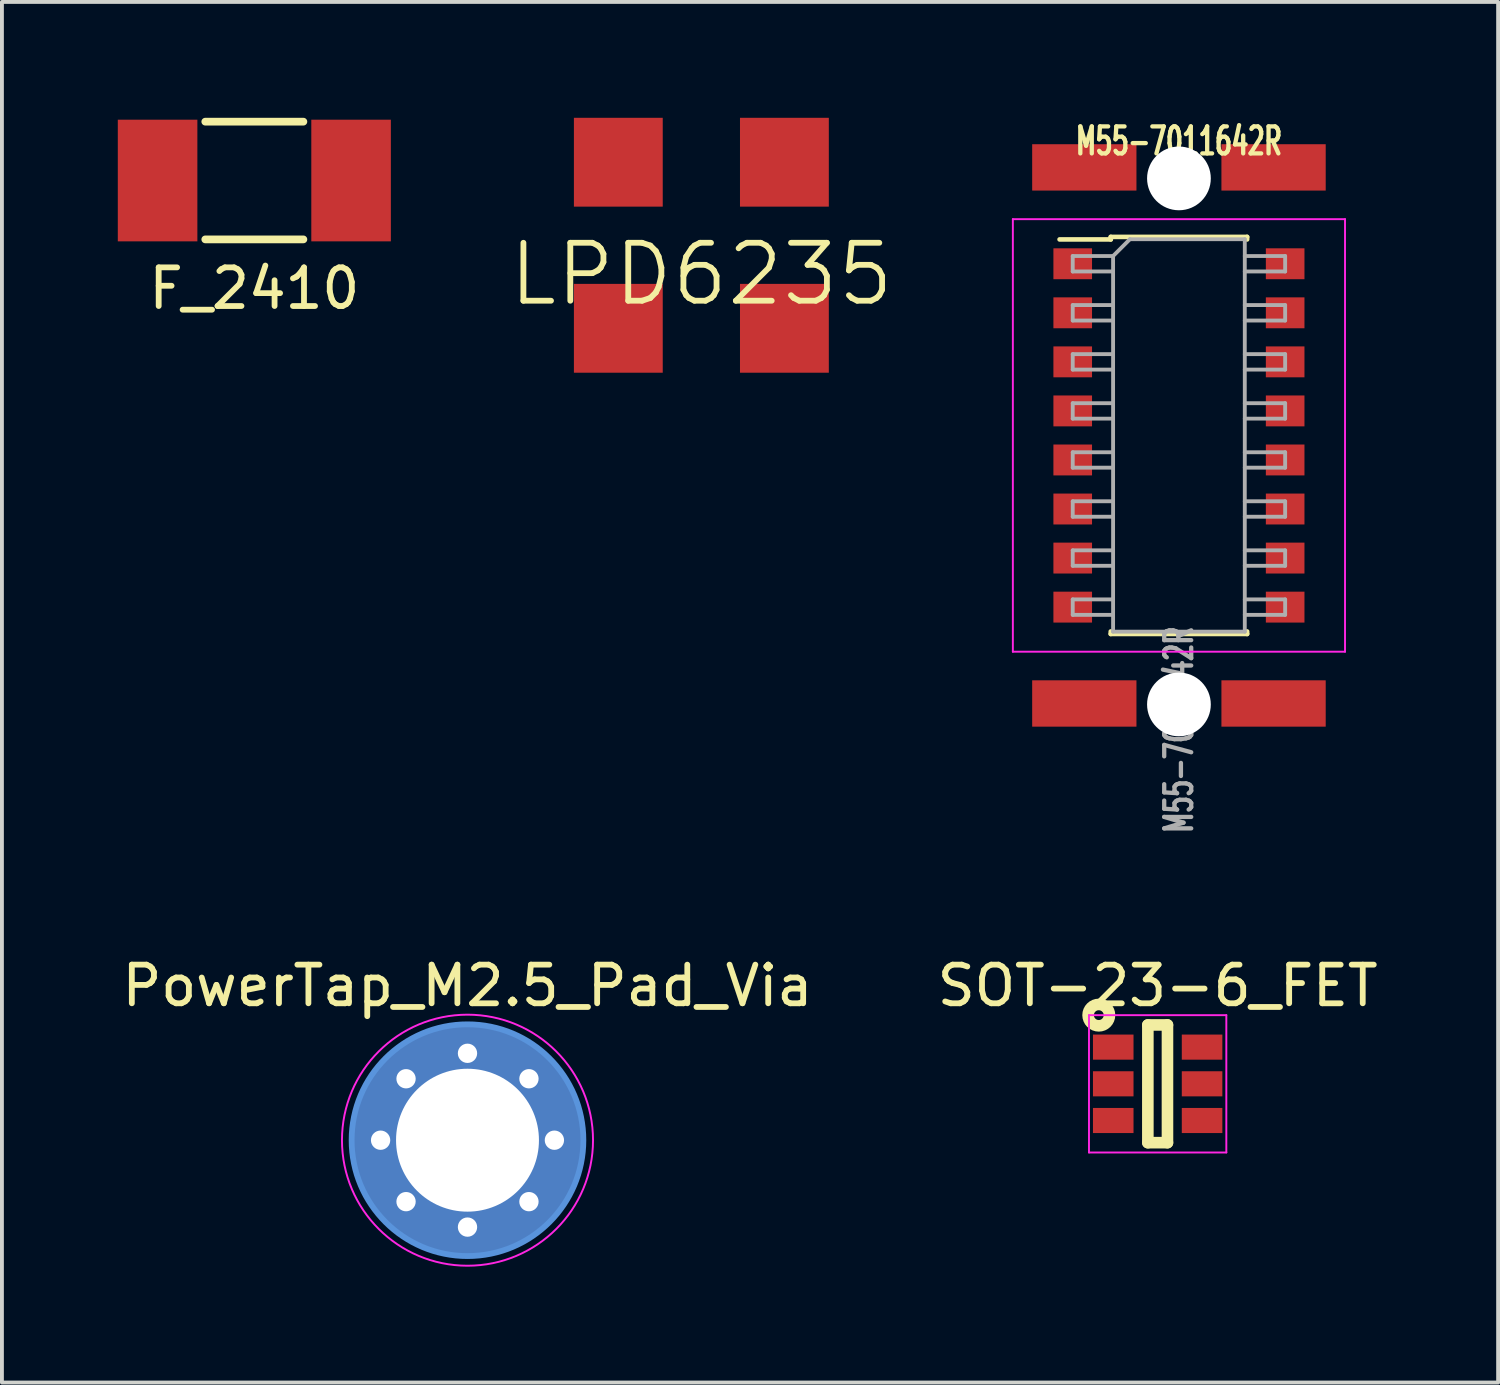
<source format=kicad_pcb>
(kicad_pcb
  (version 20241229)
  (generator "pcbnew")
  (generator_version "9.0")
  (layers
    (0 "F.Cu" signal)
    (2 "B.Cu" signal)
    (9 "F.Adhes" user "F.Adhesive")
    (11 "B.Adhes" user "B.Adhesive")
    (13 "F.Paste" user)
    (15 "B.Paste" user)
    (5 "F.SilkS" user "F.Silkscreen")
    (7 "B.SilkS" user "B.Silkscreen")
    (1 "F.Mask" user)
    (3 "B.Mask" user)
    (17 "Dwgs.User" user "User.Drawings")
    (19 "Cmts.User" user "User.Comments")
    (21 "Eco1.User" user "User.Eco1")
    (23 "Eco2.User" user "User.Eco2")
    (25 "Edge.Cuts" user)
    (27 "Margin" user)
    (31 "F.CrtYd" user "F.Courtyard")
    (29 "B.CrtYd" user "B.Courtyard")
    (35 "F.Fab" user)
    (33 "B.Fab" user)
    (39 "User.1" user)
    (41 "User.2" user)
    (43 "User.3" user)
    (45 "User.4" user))
  (footprint "PowerTap_M2.5_Pad_Via"
    (layer "F.Cu")
    (at 9.054 26.471)
    (property "Reference" "PowerTap_M2.5_Pad_Via" (at 0 -4 0) (layer "F.SilkS") (effects (font (size 1 1) (thickness 0.15))))
    (attr through_hole)
    (fp_circle (center 0 0) (end 3 0) (stroke (width 0.15) (type solid)) (fill no) (layer "Cmts.User"))
    (fp_circle (center 0 0) (end 3.25 0) (stroke (width 0.05) (type solid)) (fill no) (layer "F.CrtYd"))
    (pad "" thru_hole circle (at -2.25 0) (size 0.6 0.6) (drill 0.5) (layers "*.Cu" "*.Mask"))
    (pad "" thru_hole circle (at -1.591 -1.591) (size 0.6 0.6) (drill 0.5) (layers "*.Cu" "*.Mask"))
    (pad "" thru_hole circle (at -1.591 1.591) (size 0.6 0.6) (drill 0.5) (layers "*.Cu" "*.Mask"))
    (pad "" thru_hole circle (at 0 -2.25) (size 0.6 0.6) (drill 0.5) (layers "*.Cu" "*.Mask"))
    (pad "" thru_hole circle (at 0 2.25) (size 0.6 0.6) (drill 0.5) (layers "*.Cu" "*.Mask"))
    (pad "" thru_hole circle (at 1.591 -1.591) (size 0.6 0.6) (drill 0.5) (layers "*.Cu" "*.Mask"))
    (pad "" thru_hole circle (at 1.591 1.591) (size 0.6 0.6) (drill 0.5) (layers "*.Cu" "*.Mask"))
    (pad "" thru_hole circle (at 2.25 0) (size 0.6 0.6) (drill 0.5) (layers "*.Cu" "*.Mask"))
    (pad "1" thru_hole circle (at 0 0) (size 6 6) (drill 3.7) (layers "*.Cu" "*.Mask")))
  (footprint "LPD6235"
    (layer "F.Cu")
    (at 15.109 3.3)
    (property "Reference" "LPD6235" (at 0 0.75 0) (layer "F.SilkS") (effects (font (size 1.5 1.5) (thickness 0.15))))
    (attr through_hole)
    (pad "1" smd rect (at -2.15 -2.15) (size 2.3 2.3) (layers "F.Cu" "F.Mask" "F.Paste"))
    (pad "2" smd rect (at -2.15 2.15) (size 2.3 2.3) (layers "F.Cu" "F.Mask" "F.Paste"))
    (pad "3" smd rect (at 2.15 2.15) (size 2.3 2.3) (layers "F.Cu" "F.Mask" "F.Paste"))
    (pad "4" smd rect (at 2.15 -2.15) (size 2.3 2.3) (layers "F.Cu" "F.Mask" "F.Paste")))
  (footprint "F_2410"
    (layer "F.Cu")
    (at 3.535 1.624)
    (property "Reference" "F_2410" (at 0 2.794 0) (layer "F.SilkS") (effects (font (size 1 1) (thickness 0.15))))
    (attr through_hole)
    (fp_line (start -1.27 -1.524) (end 1.27 -1.524) (stroke (width 0.2) (type solid)) (layer "F.SilkS"))
    (fp_line (start 1.27 1.524) (end -1.27 1.524) (stroke (width 0.2) (type solid)) (layer "F.SilkS"))
    (pad "1" smd rect (at -2.505 0) (size 2.06 3.15) (layers "F.Cu" "F.Mask" "F.Paste"))
    (pad "2" smd rect (at 2.505 0) (size 2.06 3.15) (layers "F.Cu" "F.Mask" "F.Paste")))
  (footprint "M55-7011642R"
    (layer "F.Cu")
    (at 27.474 8.224)
    (property "Reference" "M55-7011642R" (at 0 -7.62 0) (layer "F.SilkS") (effects (font (size 0.699 0.445) (thickness 0.111))))
    (attr smd)
    (fp_line (start -3.09 -5.075) (end -1.765 -5.075) (stroke (width 0.12) (type solid)) (layer "F.SilkS"))
    (fp_line (start -1.765 -5.14) (end -1.765 -5.075) (stroke (width 0.12) (type solid)) (layer "F.SilkS"))
    (fp_line (start -1.765 -5.14) (end 1.765 -5.14) (stroke (width 0.12) (type solid)) (layer "F.SilkS"))
    (fp_line (start -1.765 5.075) (end -1.765 5.14) (stroke (width 0.12) (type solid)) (layer "F.SilkS"))
    (fp_line (start -1.765 5.14) (end 1.765 5.14) (stroke (width 0.12) (type solid)) (layer "F.SilkS"))
    (fp_line (start 1.765 -5.14) (end 1.765 -5.075) (stroke (width 0.12) (type solid)) (layer "F.SilkS"))
    (fp_line (start 1.765 5.075) (end 1.765 5.14) (stroke (width 0.12) (type solid)) (layer "F.SilkS"))
    (fp_line (start -4.3 -5.6) (end -4.3 5.6) (stroke (width 0.05) (type solid)) (layer "F.CrtYd"))
    (fp_line (start -4.3 5.6) (end 4.3 5.6) (stroke (width 0.05) (type solid)) (layer "F.CrtYd"))
    (fp_line (start 4.3 -5.6) (end -4.3 -5.6) (stroke (width 0.05) (type solid)) (layer "F.CrtYd"))
    (fp_line (start 4.3 5.6) (end 4.3 -5.6) (stroke (width 0.05) (type solid)) (layer "F.CrtYd"))
    (fp_line (start -2.75 -4.645) (end -2.75 -4.245) (stroke (width 0.1) (type solid)) (layer "F.Fab"))
    (fp_line (start -2.75 -4.245) (end -1.705 -4.245) (stroke (width 0.1) (type solid)) (layer "F.Fab"))
    (fp_line (start -2.75 -3.375) (end -2.75 -2.975) (stroke (width 0.1) (type solid)) (layer "F.Fab"))
    (fp_line (start -2.75 -2.975) (end -1.705 -2.975) (stroke (width 0.1) (type solid)) (layer "F.Fab"))
    (fp_line (start -2.75 -2.105) (end -2.75 -1.705) (stroke (width 0.1) (type solid)) (layer "F.Fab"))
    (fp_line (start -2.75 -1.705) (end -1.705 -1.705) (stroke (width 0.1) (type solid)) (layer "F.Fab"))
    (fp_line (start -2.75 -0.835) (end -2.75 -0.435) (stroke (width 0.1) (type solid)) (layer "F.Fab"))
    (fp_line (start -2.75 -0.435) (end -1.705 -0.435) (stroke (width 0.1) (type solid)) (layer "F.Fab"))
    (fp_line (start -2.75 0.435) (end -2.75 0.835) (stroke (width 0.1) (type solid)) (layer "F.Fab"))
    (fp_line (start -2.75 0.835) (end -1.705 0.835) (stroke (width 0.1) (type solid)) (layer "F.Fab"))
    (fp_line (start -2.75 1.705) (end -2.75 2.105) (stroke (width 0.1) (type solid)) (layer "F.Fab"))
    (fp_line (start -2.75 2.105) (end -1.705 2.105) (stroke (width 0.1) (type solid)) (layer "F.Fab"))
    (fp_line (start -2.75 2.975) (end -2.75 3.375) (stroke (width 0.1) (type solid)) (layer "F.Fab"))
    (fp_line (start -2.75 3.375) (end -1.705 3.375) (stroke (width 0.1) (type solid)) (layer "F.Fab"))
    (fp_line (start -2.75 4.245) (end -2.75 4.645) (stroke (width 0.1) (type solid)) (layer "F.Fab"))
    (fp_line (start -2.75 4.645) (end -1.705 4.645) (stroke (width 0.1) (type solid)) (layer "F.Fab"))
    (fp_line (start -1.705 -4.645) (end -2.75 -4.645) (stroke (width 0.1) (type solid)) (layer "F.Fab"))
    (fp_line (start -1.705 -4.645) (end -1.27 -5.08) (stroke (width 0.1) (type solid)) (layer "F.Fab"))
    (fp_line (start -1.705 -3.375) (end -2.75 -3.375) (stroke (width 0.1) (type solid)) (layer "F.Fab"))
    (fp_line (start -1.705 -2.105) (end -2.75 -2.105) (stroke (width 0.1) (type solid)) (layer "F.Fab"))
    (fp_line (start -1.705 -0.835) (end -2.75 -0.835) (stroke (width 0.1) (type solid)) (layer "F.Fab"))
    (fp_line (start -1.705 0.435) (end -2.75 0.435) (stroke (width 0.1) (type solid)) (layer "F.Fab"))
    (fp_line (start -1.705 1.705) (end -2.75 1.705) (stroke (width 0.1) (type solid)) (layer "F.Fab"))
    (fp_line (start -1.705 2.975) (end -2.75 2.975) (stroke (width 0.1) (type solid)) (layer "F.Fab"))
    (fp_line (start -1.705 4.245) (end -2.75 4.245) (stroke (width 0.1) (type solid)) (layer "F.Fab"))
    (fp_line (start -1.705 5.08) (end -1.705 -4.645) (stroke (width 0.1) (type solid)) (layer "F.Fab"))
    (fp_line (start -1.27 -5.08) (end 1.705 -5.08) (stroke (width 0.1) (type solid)) (layer "F.Fab"))
    (fp_line (start 1.705 -5.08) (end 1.705 5.08) (stroke (width 0.1) (type solid)) (layer "F.Fab"))
    (fp_line (start 1.705 -4.645) (end 2.75 -4.645) (stroke (width 0.1) (type solid)) (layer "F.Fab"))
    (fp_line (start 1.705 -3.375) (end 2.75 -3.375) (stroke (width 0.1) (type solid)) (layer "F.Fab"))
    (fp_line (start 1.705 -2.105) (end 2.75 -2.105) (stroke (width 0.1) (type solid)) (layer "F.Fab"))
    (fp_line (start 1.705 -0.835) (end 2.75 -0.835) (stroke (width 0.1) (type solid)) (layer "F.Fab"))
    (fp_line (start 1.705 0.435) (end 2.75 0.435) (stroke (width 0.1) (type solid)) (layer "F.Fab"))
    (fp_line (start 1.705 1.705) (end 2.75 1.705) (stroke (width 0.1) (type solid)) (layer "F.Fab"))
    (fp_line (start 1.705 2.975) (end 2.75 2.975) (stroke (width 0.1) (type solid)) (layer "F.Fab"))
    (fp_line (start 1.705 4.245) (end 2.75 4.245) (stroke (width 0.1) (type solid)) (layer "F.Fab"))
    (fp_line (start 1.705 5.08) (end -1.705 5.08) (stroke (width 0.1) (type solid)) (layer "F.Fab"))
    (fp_line (start 2.75 -4.645) (end 2.75 -4.245) (stroke (width 0.1) (type solid)) (layer "F.Fab"))
    (fp_line (start 2.75 -4.245) (end 1.705 -4.245) (stroke (width 0.1) (type solid)) (layer "F.Fab"))
    (fp_line (start 2.75 -3.375) (end 2.75 -2.975) (stroke (width 0.1) (type solid)) (layer "F.Fab"))
    (fp_line (start 2.75 -2.975) (end 1.705 -2.975) (stroke (width 0.1) (type solid)) (layer "F.Fab"))
    (fp_line (start 2.75 -2.105) (end 2.75 -1.705) (stroke (width 0.1) (type solid)) (layer "F.Fab"))
    (fp_line (start 2.75 -1.705) (end 1.705 -1.705) (stroke (width 0.1) (type solid)) (layer "F.Fab"))
    (fp_line (start 2.75 -0.835) (end 2.75 -0.435) (stroke (width 0.1) (type solid)) (layer "F.Fab"))
    (fp_line (start 2.75 -0.435) (end 1.705 -0.435) (stroke (width 0.1) (type solid)) (layer "F.Fab"))
    (fp_line (start 2.75 0.435) (end 2.75 0.835) (stroke (width 0.1) (type solid)) (layer "F.Fab"))
    (fp_line (start 2.75 0.835) (end 1.705 0.835) (stroke (width 0.1) (type solid)) (layer "F.Fab"))
    (fp_line (start 2.75 1.705) (end 2.75 2.105) (stroke (width 0.1) (type solid)) (layer "F.Fab"))
    (fp_line (start 2.75 2.105) (end 1.705 2.105) (stroke (width 0.1) (type solid)) (layer "F.Fab"))
    (fp_line (start 2.75 2.975) (end 2.75 3.375) (stroke (width 0.1) (type solid)) (layer "F.Fab"))
    (fp_line (start 2.75 3.375) (end 1.705 3.375) (stroke (width 0.1) (type solid)) (layer "F.Fab"))
    (fp_line (start 2.75 4.245) (end 2.75 4.645) (stroke (width 0.1) (type solid)) (layer "F.Fab"))
    (fp_line (start 2.75 4.645) (end 1.705 4.645) (stroke (width 0.1) (type solid)) (layer "F.Fab"))
    (fp_text user "${REFERENCE}" (at 0 7.62 90) (layer "F.Fab") (effects (font (size 0.699 0.445) (thickness 0.111))))
    (pad "" np_thru_hole circle (at 0 -6.655) (size 1.65 1.65) (drill 1.65) (layers "*.Cu" "*.Mask"))
    (pad "" np_thru_hole circle (at 0 6.965) (size 1.65 1.65) (drill 1.65) (layers "*.Cu" "*.Mask"))
    (pad "1" smd rect (at -2.75 -4.445) (size 1 0.8) (layers "F.Cu" "F.Mask" "F.Paste"))
    (pad "2" smd rect (at 2.75 -4.445) (size 1 0.8) (layers "F.Cu" "F.Mask" "F.Paste"))
    (pad "3" smd rect (at -2.75 -3.175) (size 1 0.8) (layers "F.Cu" "F.Mask" "F.Paste"))
    (pad "4" smd rect (at 2.75 -3.175) (size 1 0.8) (layers "F.Cu" "F.Mask" "F.Paste"))
    (pad "5" smd rect (at -2.75 -1.905) (size 1 0.8) (layers "F.Cu" "F.Mask" "F.Paste"))
    (pad "6" smd rect (at 2.75 -1.905) (size 1 0.8) (layers "F.Cu" "F.Mask" "F.Paste"))
    (pad "7" smd rect (at -2.75 -0.635) (size 1 0.8) (layers "F.Cu" "F.Mask" "F.Paste"))
    (pad "8" smd rect (at 2.75 -0.635) (size 1 0.8) (layers "F.Cu" "F.Mask" "F.Paste"))
    (pad "9" smd rect (at -2.75 0.635) (size 1 0.8) (layers "F.Cu" "F.Mask" "F.Paste"))
    (pad "10" smd rect (at 2.75 0.635) (size 1 0.8) (layers "F.Cu" "F.Mask" "F.Paste"))
    (pad "11" smd rect (at -2.75 1.905) (size 1 0.8) (layers "F.Cu" "F.Mask" "F.Paste"))
    (pad "12" smd rect (at 2.75 1.905) (size 1 0.8) (layers "F.Cu" "F.Mask" "F.Paste"))
    (pad "13" smd rect (at -2.75 3.175) (size 1 0.8) (layers "F.Cu" "F.Mask" "F.Paste"))
    (pad "14" smd rect (at 2.75 3.175) (size 1 0.8) (layers "F.Cu" "F.Mask" "F.Paste"))
    (pad "15" smd rect (at -2.75 4.445) (size 1 0.8) (layers "F.Cu" "F.Mask" "F.Paste"))
    (pad "16" smd rect (at 2.75 4.445) (size 1 0.8) (layers "F.Cu" "F.Mask" "F.Paste"))
    (pad "17" smd rect (at -2.45 -6.94) (size 2.7 1.2) (layers "F.Cu" "F.Mask" "F.Paste"))
    (pad "17" smd rect (at -2.45 6.94) (size 2.7 1.2) (layers "F.Cu" "F.Mask" "F.Paste"))
    (pad "17" smd rect (at 2.45 -6.94) (size 2.7 1.2) (layers "F.Cu" "F.Mask" "F.Paste"))
    (pad "17" smd rect (at 2.45 6.94) (size 2.7 1.2) (layers "F.Cu" "F.Mask" "F.Paste")))
  (footprint "SOT-23-6_FET"
    (layer "F.Cu")
    (at 26.923 25.011)
    (property "Reference" "SOT-23-6_FET" (at 0 -2.54 0) (layer "F.SilkS") (effects (font (size 1 1) (thickness 0.15))))
    (attr smd)
    (fp_line (start -0.254 -1.524) (end 0.254 -1.524) (stroke (width 0.3) (type solid)) (layer "F.SilkS"))
    (fp_line (start -0.254 1.524) (end -0.254 -1.524) (stroke (width 0.3) (type solid)) (layer "F.SilkS"))
    (fp_line (start 0.254 -1.524) (end 0.254 1.524) (stroke (width 0.3) (type solid)) (layer "F.SilkS"))
    (fp_line (start 0.254 1.524) (end -0.254 1.524) (stroke (width 0.3) (type solid)) (layer "F.SilkS"))
    (fp_circle (center -1.524 -1.778) (end -1.397 -1.778) (stroke (width 0.3) (type solid)) (fill no) (layer "F.SilkS"))
    (fp_line (start -1.778 -1.778) (end 1.778 -1.778) (stroke (width 0.05) (type solid)) (layer "F.CrtYd"))
    (fp_line (start -1.778 1.778) (end -1.778 -1.778) (stroke (width 0.05) (type solid)) (layer "F.CrtYd"))
    (fp_line (start 1.778 -1.778) (end 1.778 1.778) (stroke (width 0.05) (type solid)) (layer "F.CrtYd"))
    (fp_line (start 1.778 1.778) (end -1.778 1.778) (stroke (width 0.05) (type solid)) (layer "F.CrtYd"))
    (pad "D" smd rect (at -1.15 -0.95) (size 1.05 0.65) (layers "F.Cu" "F.Mask" "F.Paste"))
    (pad "D" smd rect (at -1.15 0) (size 1.05 0.65) (layers "F.Cu" "F.Mask" "F.Paste"))
    (pad "D" smd rect (at 1.15 -0.95) (size 1.05 0.65) (layers "F.Cu" "F.Mask" "F.Paste"))
    (pad "D" smd rect (at 1.15 0) (size 1.05 0.65) (layers "F.Cu" "F.Mask" "F.Paste"))
    (pad "G" smd rect (at -1.15 0.95) (size 1.05 0.65) (layers "F.Cu" "F.Mask" "F.Paste"))
    (pad "S" smd rect (at 1.15 0.95) (size 1.05 0.65) (layers "F.Cu" "F.Mask" "F.Paste")))
  (gr_rect
    (start -3 -3)
    (end 35.738 32.746)
    (stroke (width 0.1) (type default))
    (fill no)
    (layer "Edge.Cuts")))
</source>
